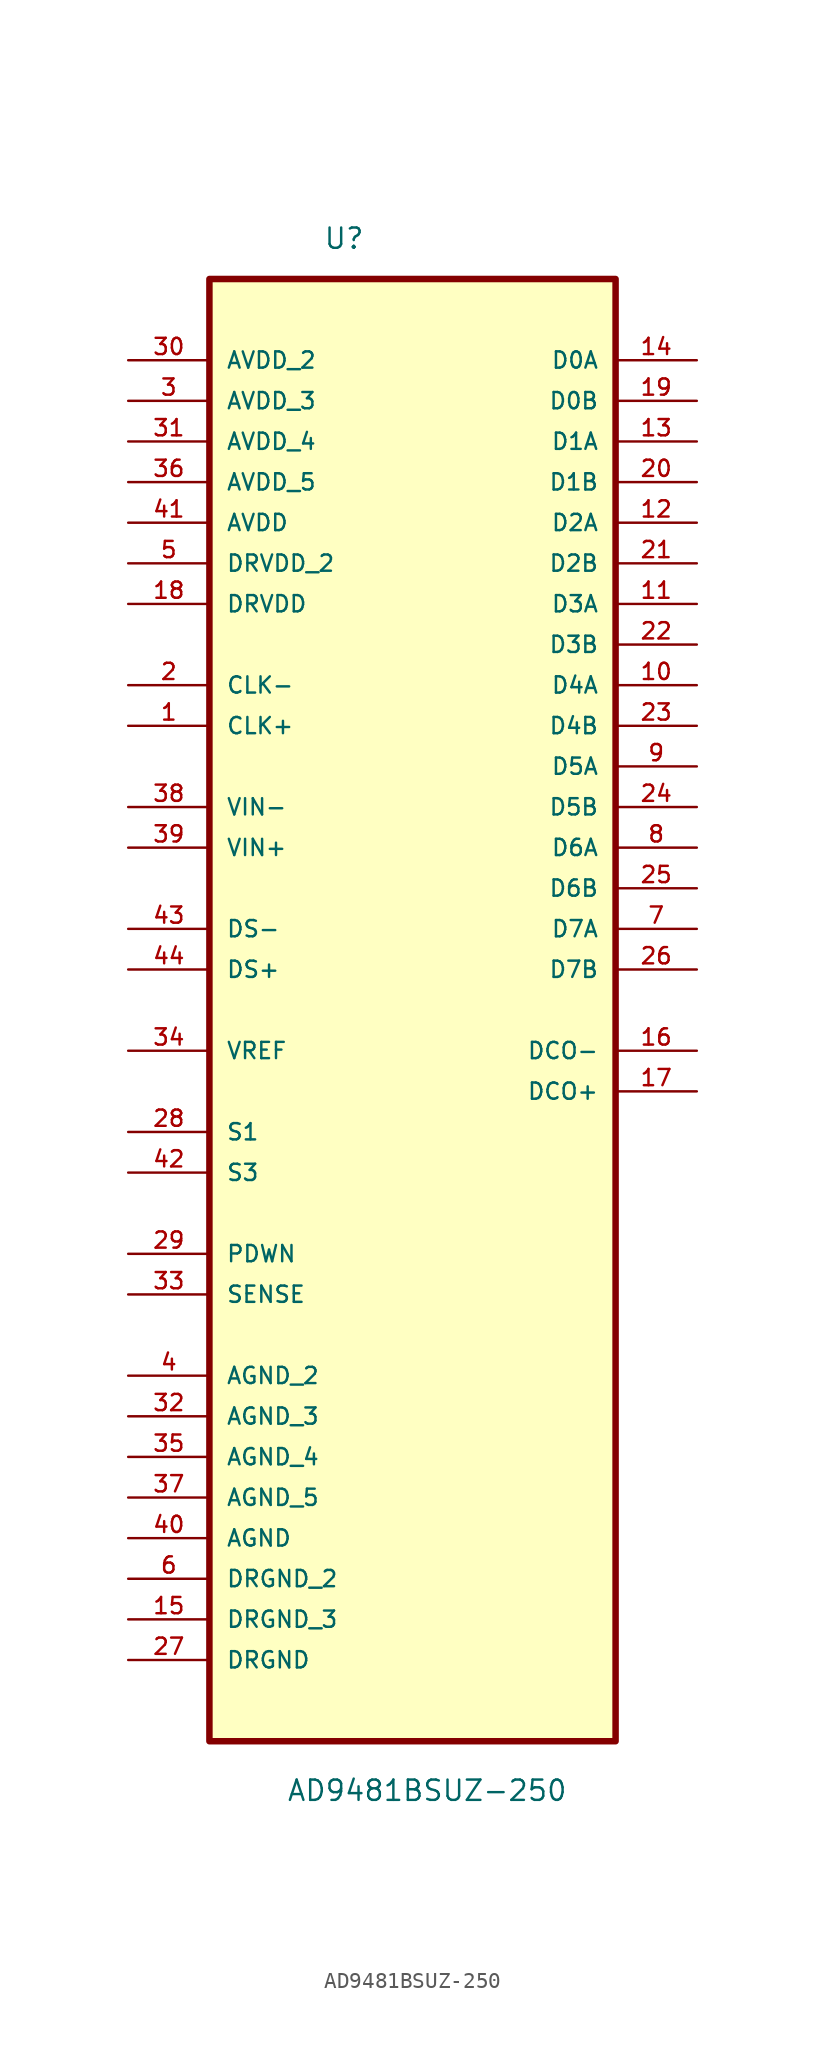
<source format=kicad_sym>
(kicad_symbol_lib
  (version 20211014)
  (generator kicad_symbol_editor)
  (symbol "AD9481BSUZ-250"
    (pin_names
      (offset 1.016))
    (property "Reference" "U"
      (at -5.589 44.967 0.0)
      (effects (font (size 1.27 1.27)) (justify bottom left)))
    (property "Value" "AD9481BSUZ-250"
      (at -7.889 -52.09 0.0)
      (effects (font (size 1.27 1.27)) (justify bottom left)))
    (symbol "AD9481BSUZ-250_0_0"
      (rectangle (start -12.7 -48.26) (end 12.7 43.18) (stroke (width 0.406)) (fill (type background)))
      (pin power_in line (at -17.78 38.1 0) (length 5.08) (name "AVDD_2" (effects (font (size 1.016 1.016)))) (number "30" (effects (font (size 1.016 1.016)))))
      (pin power_in line (at -17.78 35.56 0) (length 5.08) (name "AVDD_3" (effects (font (size 1.016 1.016)))) (number "3" (effects (font (size 1.016 1.016)))))
      (pin power_in line (at -17.78 33.02 0) (length 5.08) (name "AVDD_4" (effects (font (size 1.016 1.016)))) (number "31" (effects (font (size 1.016 1.016)))))
      (pin power_in line (at -17.78 30.48 0) (length 5.08) (name "AVDD_5" (effects (font (size 1.016 1.016)))) (number "36" (effects (font (size 1.016 1.016)))))
      (pin power_in line (at -17.78 27.94 0) (length 5.08) (name "AVDD" (effects (font (size 1.016 1.016)))) (number "41" (effects (font (size 1.016 1.016)))))
      (pin power_in line (at -17.78 25.4 0) (length 5.08) (name "DRVDD_2" (effects (font (size 1.016 1.016)))) (number "5" (effects (font (size 1.016 1.016)))))
      (pin power_in line (at -17.78 22.86 0) (length 5.08) (name "DRVDD" (effects (font (size 1.016 1.016)))) (number "18" (effects (font (size 1.016 1.016)))))
      (pin input line (at -17.78 17.78 0) (length 5.08) (name "CLK-" (effects (font (size 1.016 1.016)))) (number "2" (effects (font (size 1.016 1.016)))))
      (pin input line (at -17.78 15.24 0) (length 5.08) (name "CLK+" (effects (font (size 1.016 1.016)))) (number "1" (effects (font (size 1.016 1.016)))))
      (pin input line (at -17.78 10.16 0) (length 5.08) (name "VIN-" (effects (font (size 1.016 1.016)))) (number "38" (effects (font (size 1.016 1.016)))))
      (pin input line (at -17.78 7.62 0) (length 5.08) (name "VIN+" (effects (font (size 1.016 1.016)))) (number "39" (effects (font (size 1.016 1.016)))))
      (pin passive line (at -17.78 2.54 0) (length 5.08) (name "DS-" (effects (font (size 1.016 1.016)))) (number "43" (effects (font (size 1.016 1.016)))))
      (pin passive line (at -17.78 0.0 0) (length 5.08) (name "DS+" (effects (font (size 1.016 1.016)))) (number "44" (effects (font (size 1.016 1.016)))))
      (pin bidirectional line (at -17.78 -5.08 0) (length 5.08) (name "VREF" (effects (font (size 1.016 1.016)))) (number "34" (effects (font (size 1.016 1.016)))))
      (pin passive line (at -17.78 -10.16 0) (length 5.08) (name "S1" (effects (font (size 1.016 1.016)))) (number "28" (effects (font (size 1.016 1.016)))))
      (pin passive line (at -17.78 -12.7 0) (length 5.08) (name "S3" (effects (font (size 1.016 1.016)))) (number "42" (effects (font (size 1.016 1.016)))))
      (pin passive line (at -17.78 -17.78 0) (length 5.08) (name "PDWN" (effects (font (size 1.016 1.016)))) (number "29" (effects (font (size 1.016 1.016)))))
      (pin passive line (at -17.78 -20.32 0) (length 5.08) (name "SENSE" (effects (font (size 1.016 1.016)))) (number "33" (effects (font (size 1.016 1.016)))))
      (pin passive line (at -17.78 -25.4 0) (length 5.08) (name "AGND_2" (effects (font (size 1.016 1.016)))) (number "4" (effects (font (size 1.016 1.016)))))
      (pin passive line (at -17.78 -27.94 0) (length 5.08) (name "AGND_3" (effects (font (size 1.016 1.016)))) (number "32" (effects (font (size 1.016 1.016)))))
      (pin passive line (at -17.78 -30.48 0) (length 5.08) (name "AGND_4" (effects (font (size 1.016 1.016)))) (number "35" (effects (font (size 1.016 1.016)))))
      (pin passive line (at -17.78 -33.02 0) (length 5.08) (name "AGND_5" (effects (font (size 1.016 1.016)))) (number "37" (effects (font (size 1.016 1.016)))))
      (pin passive line (at -17.78 -35.56 0) (length 5.08) (name "AGND" (effects (font (size 1.016 1.016)))) (number "40" (effects (font (size 1.016 1.016)))))
      (pin passive line (at -17.78 -38.1 0) (length 5.08) (name "DRGND_2" (effects (font (size 1.016 1.016)))) (number "6" (effects (font (size 1.016 1.016)))))
      (pin passive line (at -17.78 -40.64 0) (length 5.08) (name "DRGND_3" (effects (font (size 1.016 1.016)))) (number "15" (effects (font (size 1.016 1.016)))))
      (pin passive line (at -17.78 -43.18 0) (length 5.08) (name "DRGND" (effects (font (size 1.016 1.016)))) (number "27" (effects (font (size 1.016 1.016)))))
      (pin output line (at 17.78 38.1 180.0) (length 5.08) (name "D0A" (effects (font (size 1.016 1.016)))) (number "14" (effects (font (size 1.016 1.016)))))
      (pin output line (at 17.78 35.56 180.0) (length 5.08) (name "D0B" (effects (font (size 1.016 1.016)))) (number "19" (effects (font (size 1.016 1.016)))))
      (pin output line (at 17.78 33.02 180.0) (length 5.08) (name "D1A" (effects (font (size 1.016 1.016)))) (number "13" (effects (font (size 1.016 1.016)))))
      (pin output line (at 17.78 30.48 180.0) (length 5.08) (name "D1B" (effects (font (size 1.016 1.016)))) (number "20" (effects (font (size 1.016 1.016)))))
      (pin output line (at 17.78 27.94 180.0) (length 5.08) (name "D2A" (effects (font (size 1.016 1.016)))) (number "12" (effects (font (size 1.016 1.016)))))
      (pin output line (at 17.78 25.4 180.0) (length 5.08) (name "D2B" (effects (font (size 1.016 1.016)))) (number "21" (effects (font (size 1.016 1.016)))))
      (pin output line (at 17.78 22.86 180.0) (length 5.08) (name "D3A" (effects (font (size 1.016 1.016)))) (number "11" (effects (font (size 1.016 1.016)))))
      (pin output line (at 17.78 20.32 180.0) (length 5.08) (name "D3B" (effects (font (size 1.016 1.016)))) (number "22" (effects (font (size 1.016 1.016)))))
      (pin output line (at 17.78 17.78 180.0) (length 5.08) (name "D4A" (effects (font (size 1.016 1.016)))) (number "10" (effects (font (size 1.016 1.016)))))
      (pin output line (at 17.78 15.24 180.0) (length 5.08) (name "D4B" (effects (font (size 1.016 1.016)))) (number "23" (effects (font (size 1.016 1.016)))))
      (pin output line (at 17.78 12.7 180.0) (length 5.08) (name "D5A" (effects (font (size 1.016 1.016)))) (number "9" (effects (font (size 1.016 1.016)))))
      (pin output line (at 17.78 10.16 180.0) (length 5.08) (name "D5B" (effects (font (size 1.016 1.016)))) (number "24" (effects (font (size 1.016 1.016)))))
      (pin output line (at 17.78 7.62 180.0) (length 5.08) (name "D6A" (effects (font (size 1.016 1.016)))) (number "8" (effects (font (size 1.016 1.016)))))
      (pin output line (at 17.78 5.08 180.0) (length 5.08) (name "D6B" (effects (font (size 1.016 1.016)))) (number "25" (effects (font (size 1.016 1.016)))))
      (pin output line (at 17.78 2.54 180.0) (length 5.08) (name "D7A" (effects (font (size 1.016 1.016)))) (number "7" (effects (font (size 1.016 1.016)))))
      (pin output line (at 17.78 0.0 180.0) (length 5.08) (name "D7B" (effects (font (size 1.016 1.016)))) (number "26" (effects (font (size 1.016 1.016)))))
      (pin output line (at 17.78 -5.08 180.0) (length 5.08) (name "DCO-" (effects (font (size 1.016 1.016)))) (number "16" (effects (font (size 1.016 1.016)))))
      (pin output line (at 17.78 -7.62 180.0) (length 5.08) (name "DCO+" (effects (font (size 1.016 1.016)))) (number "17" (effects (font (size 1.016 1.016))))))))
</source>
